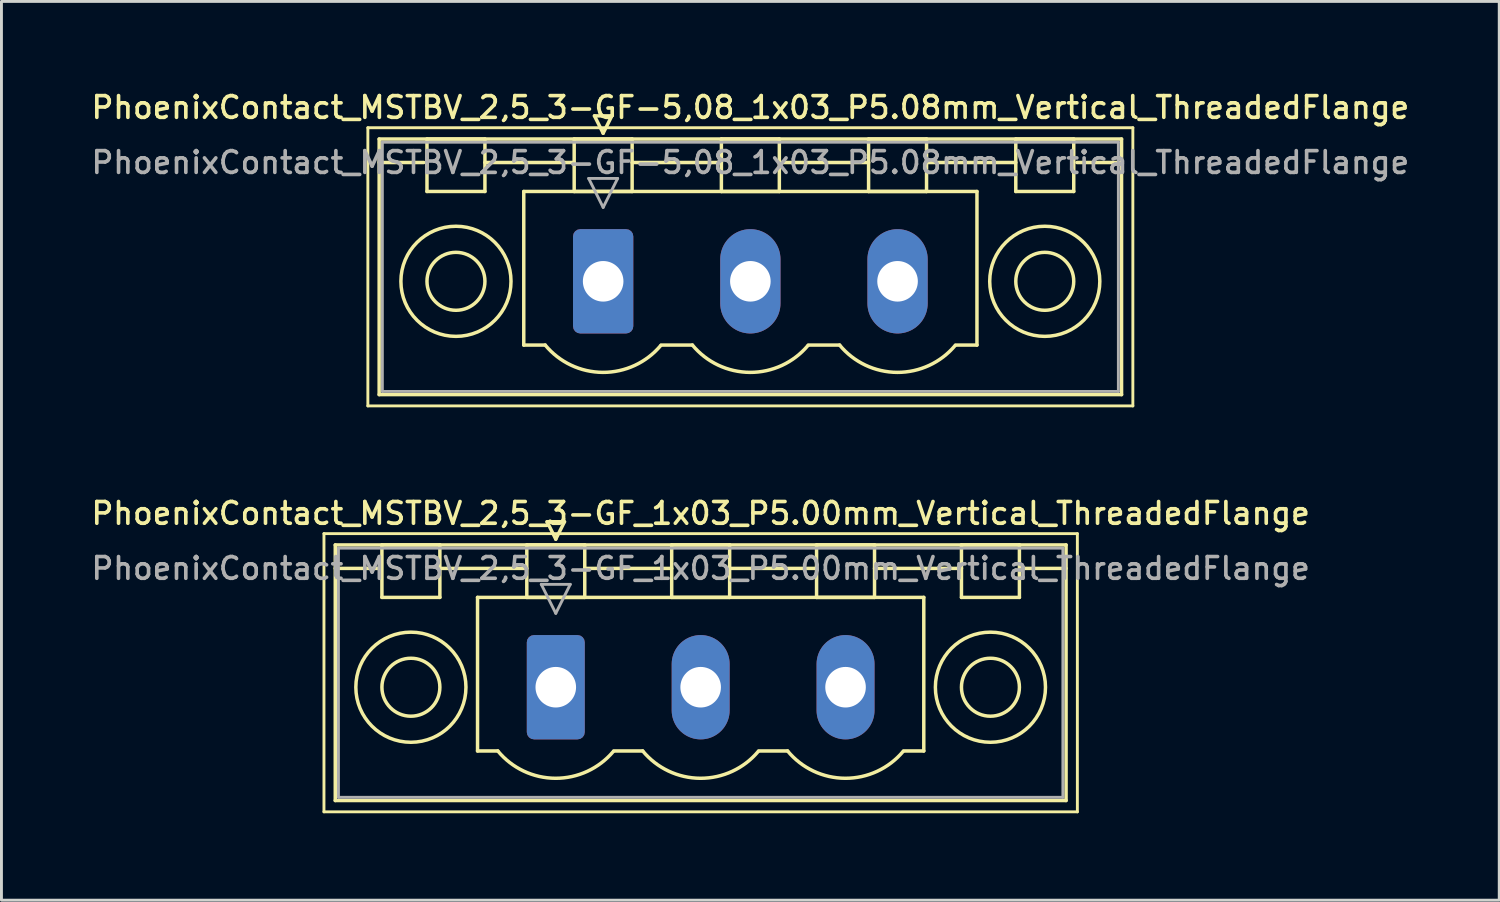
<source format=kicad_pcb>
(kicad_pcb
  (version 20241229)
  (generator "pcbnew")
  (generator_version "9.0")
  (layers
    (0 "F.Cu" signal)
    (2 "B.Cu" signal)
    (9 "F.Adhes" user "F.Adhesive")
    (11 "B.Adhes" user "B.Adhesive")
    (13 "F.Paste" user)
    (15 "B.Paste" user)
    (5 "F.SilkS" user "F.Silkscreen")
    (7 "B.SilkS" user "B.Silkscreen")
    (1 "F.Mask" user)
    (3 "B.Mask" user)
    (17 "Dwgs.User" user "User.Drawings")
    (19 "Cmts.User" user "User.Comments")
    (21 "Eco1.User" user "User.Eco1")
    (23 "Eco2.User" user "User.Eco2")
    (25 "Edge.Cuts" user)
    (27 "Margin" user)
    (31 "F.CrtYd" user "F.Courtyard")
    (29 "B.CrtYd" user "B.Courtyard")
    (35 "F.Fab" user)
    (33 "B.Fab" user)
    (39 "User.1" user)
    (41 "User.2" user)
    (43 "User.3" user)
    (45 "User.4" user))
  (footprint "PhoenixContact_MSTBV_2,5_3-GF_1x03_P5.00mm_Vertical_ThreadedFlange"
    (layer "F.Cu")
    (at 16.13 20.666)
    (property "Reference" "PhoenixContact_MSTBV_2,5_3-GF_1x03_P5.00mm_Vertical_ThreadedFlange" (at 5 -6 0) (layer "F.SilkS") (effects (font (size 0.75 0.75) (thickness 0.125))))
    (attr through_hole)
    (fp_line (start -8 -5.3) (end -8 4.3) (stroke (width 0.1) (type solid)) (layer "F.SilkS"))
    (fp_line (start -8 4.3) (end 18 4.3) (stroke (width 0.1) (type solid)) (layer "F.SilkS"))
    (fp_line (start -7.61 -4.91) (end -7.61 3.91) (stroke (width 0.12) (type solid)) (layer "F.SilkS"))
    (fp_line (start -7.61 -4.1) (end -6.11 -4.1) (stroke (width 0.12) (type solid)) (layer "F.SilkS"))
    (fp_line (start -7.61 3.91) (end 17.61 3.91) (stroke (width 0.12) (type solid)) (layer "F.SilkS"))
    (fp_line (start -6 -4.91) (end -4 -4.91) (stroke (width 0.12) (type solid)) (layer "F.SilkS"))
    (fp_line (start -6 -3.1) (end -6 -4.91) (stroke (width 0.12) (type solid)) (layer "F.SilkS"))
    (fp_line (start -4 -4.91) (end -4 -3.1) (stroke (width 0.12) (type solid)) (layer "F.SilkS"))
    (fp_line (start -4 -4.1) (end -1 -4.1) (stroke (width 0.12) (type solid)) (layer "F.SilkS"))
    (fp_line (start -4 -3.1) (end -6 -3.1) (stroke (width 0.12) (type solid)) (layer "F.SilkS"))
    (fp_line (start -2.7 -3.1) (end 12.7 -3.1) (stroke (width 0.12) (type solid)) (layer "F.SilkS"))
    (fp_line (start -2.7 2.2) (end -2.7 -3.1) (stroke (width 0.12) (type solid)) (layer "F.SilkS"))
    (fp_line (start -2 2.2) (end -2.7 2.2) (stroke (width 0.12) (type solid)) (layer "F.SilkS"))
    (fp_line (start -1 -4.91) (end 1 -4.91) (stroke (width 0.12) (type solid)) (layer "F.SilkS"))
    (fp_line (start -1 -3.1) (end -1 -4.91) (stroke (width 0.12) (type solid)) (layer "F.SilkS"))
    (fp_line (start -0.3 -5.71) (end 0.3 -5.71) (stroke (width 0.12) (type solid)) (layer "F.SilkS"))
    (fp_line (start 0 -5.11) (end -0.3 -5.71) (stroke (width 0.12) (type solid)) (layer "F.SilkS"))
    (fp_line (start 0.3 -5.71) (end 0 -5.11) (stroke (width 0.12) (type solid)) (layer "F.SilkS"))
    (fp_line (start 1 -4.91) (end 1 -3.1) (stroke (width 0.12) (type solid)) (layer "F.SilkS"))
    (fp_line (start 1 -4.1) (end 4 -4.1) (stroke (width 0.12) (type solid)) (layer "F.SilkS"))
    (fp_line (start 1 -3.1) (end -1 -3.1) (stroke (width 0.12) (type solid)) (layer "F.SilkS"))
    (fp_line (start 2 2.2) (end 3 2.2) (stroke (width 0.12) (type solid)) (layer "F.SilkS"))
    (fp_line (start 4 -4.91) (end 6 -4.91) (stroke (width 0.12) (type solid)) (layer "F.SilkS"))
    (fp_line (start 4 -3.1) (end 4 -4.91) (stroke (width 0.12) (type solid)) (layer "F.SilkS"))
    (fp_line (start 6 -4.91) (end 6 -3.1) (stroke (width 0.12) (type solid)) (layer "F.SilkS"))
    (fp_line (start 6 -4.1) (end 9 -4.1) (stroke (width 0.12) (type solid)) (layer "F.SilkS"))
    (fp_line (start 6 -3.1) (end 4 -3.1) (stroke (width 0.12) (type solid)) (layer "F.SilkS"))
    (fp_line (start 7 2.2) (end 8 2.2) (stroke (width 0.12) (type solid)) (layer "F.SilkS"))
    (fp_line (start 9 -4.91) (end 11 -4.91) (stroke (width 0.12) (type solid)) (layer "F.SilkS"))
    (fp_line (start 9 -3.1) (end 9 -4.91) (stroke (width 0.12) (type solid)) (layer "F.SilkS"))
    (fp_line (start 11 -4.91) (end 11 -3.1) (stroke (width 0.12) (type solid)) (layer "F.SilkS"))
    (fp_line (start 11 -4.1) (end 14 -4.1) (stroke (width 0.12) (type solid)) (layer "F.SilkS"))
    (fp_line (start 11 -3.1) (end 9 -3.1) (stroke (width 0.12) (type solid)) (layer "F.SilkS"))
    (fp_line (start 12.7 -3.1) (end 12.7 2.2) (stroke (width 0.12) (type solid)) (layer "F.SilkS"))
    (fp_line (start 12.7 2.2) (end 12 2.2) (stroke (width 0.12) (type solid)) (layer "F.SilkS"))
    (fp_line (start 14 -4.91) (end 16 -4.91) (stroke (width 0.12) (type solid)) (layer "F.SilkS"))
    (fp_line (start 14 -3.1) (end 14 -4.91) (stroke (width 0.12) (type solid)) (layer "F.SilkS"))
    (fp_line (start 16 -4.91) (end 16 -3.1) (stroke (width 0.12) (type solid)) (layer "F.SilkS"))
    (fp_line (start 16 -3.1) (end 14 -3.1) (stroke (width 0.12) (type solid)) (layer "F.SilkS"))
    (fp_line (start 17.61 -4.91) (end -7.61 -4.91) (stroke (width 0.12) (type solid)) (layer "F.SilkS"))
    (fp_line (start 17.61 -4.1) (end 16.11 -4.1) (stroke (width 0.12) (type solid)) (layer "F.SilkS"))
    (fp_line (start 17.61 3.91) (end 17.61 -4.91) (stroke (width 0.12) (type solid)) (layer "F.SilkS"))
    (fp_line (start 18 -5.3) (end -8 -5.3) (stroke (width 0.1) (type solid)) (layer "F.SilkS"))
    (fp_line (start 18 4.3) (end 18 -5.3) (stroke (width 0.1) (type solid)) (layer "F.SilkS"))
    (fp_arc (start 1.986842 2.215821) (mid -0.010289 3.142758) (end -2 2.2) (stroke (width 0.12) (type solid)) (layer "F.SilkS"))
    (fp_arc (start 6.986842 2.215821) (mid 4.989711 3.142758) (end 3 2.2) (stroke (width 0.12) (type solid)) (layer "F.SilkS"))
    (fp_arc (start 11.986842 2.215821) (mid 9.989711 3.142758) (end 8 2.2) (stroke (width 0.12) (type solid)) (layer "F.SilkS"))
    (fp_circle (center -5 0) (end -4 0) (stroke (width 0.12) (type solid)) (fill no) (layer "F.SilkS"))
    (fp_circle (center -5 0) (end -3.1 0) (stroke (width 0.12) (type solid)) (fill no) (layer "F.SilkS"))
    (fp_circle (center 15 0) (end 16 0) (stroke (width 0.12) (type solid)) (fill no) (layer "F.SilkS"))
    (fp_circle (center 15 0) (end 16.9 0) (stroke (width 0.12) (type solid)) (fill no) (layer "F.SilkS"))
    (fp_line (start -7.5 -4.8) (end -7.5 3.8) (stroke (width 0.1) (type solid)) (layer "F.Fab"))
    (fp_line (start -7.5 3.8) (end 17.5 3.8) (stroke (width 0.1) (type solid)) (layer "F.Fab"))
    (fp_line (start -0.5 -3.55) (end 0.5 -3.55) (stroke (width 0.1) (type solid)) (layer "F.Fab"))
    (fp_line (start 0 -2.55) (end -0.5 -3.55) (stroke (width 0.1) (type solid)) (layer "F.Fab"))
    (fp_line (start 0.5 -3.55) (end 0 -2.55) (stroke (width 0.1) (type solid)) (layer "F.Fab"))
    (fp_line (start 17.5 -4.8) (end -7.5 -4.8) (stroke (width 0.1) (type solid)) (layer "F.Fab"))
    (fp_line (start 17.5 3.8) (end 17.5 -4.8) (stroke (width 0.1) (type solid)) (layer "F.Fab"))
    (fp_text user "${REFERENCE}" (at 5 -4.1 0) (layer "F.Fab") (effects (font (size 0.75 0.75) (thickness 0.125))))
    (pad "1" thru_hole roundrect (at 0 0) (size 2 3.6) (drill 1.4) (layers "*.Cu" "*.Mask") (roundrect_rratio 0.125))
    (pad "2" thru_hole oval (at 5 0) (size 2 3.6) (drill 1.4) (layers "*.Cu" "*.Mask"))
    (pad "3" thru_hole oval (at 10 0) (size 2 3.6) (drill 1.4) (layers "*.Cu" "*.Mask")))
  (footprint "PhoenixContact_MSTBV_2,5_3-GF-5,08_1x03_P5.08mm_Vertical_ThreadedFlange"
    (layer "F.Cu")
    (at 17.765 6.658)
    (property "Reference" "PhoenixContact_MSTBV_2,5_3-GF-5,08_1x03_P5.08mm_Vertical_ThreadedFlange" (at 5.08 -6 0) (layer "F.SilkS") (effects (font (size 0.75 0.75) (thickness 0.125))))
    (attr through_hole)
    (fp_line (start -8.12 -5.3) (end -8.12 4.3) (stroke (width 0.1) (type solid)) (layer "F.SilkS"))
    (fp_line (start -8.12 4.3) (end 18.28 4.3) (stroke (width 0.1) (type solid)) (layer "F.SilkS"))
    (fp_line (start -7.73 -4.91) (end -7.73 3.91) (stroke (width 0.12) (type solid)) (layer "F.SilkS"))
    (fp_line (start -7.73 -4.1) (end -6.19 -4.1) (stroke (width 0.12) (type solid)) (layer "F.SilkS"))
    (fp_line (start -7.73 3.91) (end 17.89 3.91) (stroke (width 0.12) (type solid)) (layer "F.SilkS"))
    (fp_line (start -6.08 -4.91) (end -4.08 -4.91) (stroke (width 0.12) (type solid)) (layer "F.SilkS"))
    (fp_line (start -6.08 -3.1) (end -6.08 -4.91) (stroke (width 0.12) (type solid)) (layer "F.SilkS"))
    (fp_line (start -4.08 -4.91) (end -4.08 -3.1) (stroke (width 0.12) (type solid)) (layer "F.SilkS"))
    (fp_line (start -4.08 -4.1) (end -1 -4.1) (stroke (width 0.12) (type solid)) (layer "F.SilkS"))
    (fp_line (start -4.08 -3.1) (end -6.08 -3.1) (stroke (width 0.12) (type solid)) (layer "F.SilkS"))
    (fp_line (start -2.74 -3.1) (end 12.9 -3.1) (stroke (width 0.12) (type solid)) (layer "F.SilkS"))
    (fp_line (start -2.74 2.2) (end -2.74 -3.1) (stroke (width 0.12) (type solid)) (layer "F.SilkS"))
    (fp_line (start -2 2.2) (end -2.74 2.2) (stroke (width 0.12) (type solid)) (layer "F.SilkS"))
    (fp_line (start -1 -4.91) (end 1 -4.91) (stroke (width 0.12) (type solid)) (layer "F.SilkS"))
    (fp_line (start -1 -3.1) (end -1 -4.91) (stroke (width 0.12) (type solid)) (layer "F.SilkS"))
    (fp_line (start -0.3 -5.71) (end 0.3 -5.71) (stroke (width 0.12) (type solid)) (layer "F.SilkS"))
    (fp_line (start 0 -5.11) (end -0.3 -5.71) (stroke (width 0.12) (type solid)) (layer "F.SilkS"))
    (fp_line (start 0.3 -5.71) (end 0 -5.11) (stroke (width 0.12) (type solid)) (layer "F.SilkS"))
    (fp_line (start 1 -4.91) (end 1 -3.1) (stroke (width 0.12) (type solid)) (layer "F.SilkS"))
    (fp_line (start 1 -4.1) (end 4.08 -4.1) (stroke (width 0.12) (type solid)) (layer "F.SilkS"))
    (fp_line (start 1 -3.1) (end -1 -3.1) (stroke (width 0.12) (type solid)) (layer "F.SilkS"))
    (fp_line (start 2 2.2) (end 3.08 2.2) (stroke (width 0.12) (type solid)) (layer "F.SilkS"))
    (fp_line (start 4.08 -4.91) (end 6.08 -4.91) (stroke (width 0.12) (type solid)) (layer "F.SilkS"))
    (fp_line (start 4.08 -3.1) (end 4.08 -4.91) (stroke (width 0.12) (type solid)) (layer "F.SilkS"))
    (fp_line (start 6.08 -4.91) (end 6.08 -3.1) (stroke (width 0.12) (type solid)) (layer "F.SilkS"))
    (fp_line (start 6.08 -4.1) (end 9.16 -4.1) (stroke (width 0.12) (type solid)) (layer "F.SilkS"))
    (fp_line (start 6.08 -3.1) (end 4.08 -3.1) (stroke (width 0.12) (type solid)) (layer "F.SilkS"))
    (fp_line (start 7.08 2.2) (end 8.16 2.2) (stroke (width 0.12) (type solid)) (layer "F.SilkS"))
    (fp_line (start 9.16 -4.91) (end 11.16 -4.91) (stroke (width 0.12) (type solid)) (layer "F.SilkS"))
    (fp_line (start 9.16 -3.1) (end 9.16 -4.91) (stroke (width 0.12) (type solid)) (layer "F.SilkS"))
    (fp_line (start 11.16 -4.91) (end 11.16 -3.1) (stroke (width 0.12) (type solid)) (layer "F.SilkS"))
    (fp_line (start 11.16 -4.1) (end 14.24 -4.1) (stroke (width 0.12) (type solid)) (layer "F.SilkS"))
    (fp_line (start 11.16 -3.1) (end 9.16 -3.1) (stroke (width 0.12) (type solid)) (layer "F.SilkS"))
    (fp_line (start 12.9 -3.1) (end 12.9 2.2) (stroke (width 0.12) (type solid)) (layer "F.SilkS"))
    (fp_line (start 12.9 2.2) (end 12.16 2.2) (stroke (width 0.12) (type solid)) (layer "F.SilkS"))
    (fp_line (start 14.24 -4.91) (end 16.24 -4.91) (stroke (width 0.12) (type solid)) (layer "F.SilkS"))
    (fp_line (start 14.24 -3.1) (end 14.24 -4.91) (stroke (width 0.12) (type solid)) (layer "F.SilkS"))
    (fp_line (start 16.24 -4.91) (end 16.24 -3.1) (stroke (width 0.12) (type solid)) (layer "F.SilkS"))
    (fp_line (start 16.24 -3.1) (end 14.24 -3.1) (stroke (width 0.12) (type solid)) (layer "F.SilkS"))
    (fp_line (start 17.89 -4.91) (end -7.73 -4.91) (stroke (width 0.12) (type solid)) (layer "F.SilkS"))
    (fp_line (start 17.89 -4.1) (end 16.35 -4.1) (stroke (width 0.12) (type solid)) (layer "F.SilkS"))
    (fp_line (start 17.89 3.91) (end 17.89 -4.91) (stroke (width 0.12) (type solid)) (layer "F.SilkS"))
    (fp_line (start 18.28 -5.3) (end -8.12 -5.3) (stroke (width 0.1) (type solid)) (layer "F.SilkS"))
    (fp_line (start 18.28 4.3) (end 18.28 -5.3) (stroke (width 0.1) (type solid)) (layer "F.SilkS"))
    (fp_arc (start 1.986842 2.215821) (mid -0.010289 3.142758) (end -2 2.2) (stroke (width 0.12) (type solid)) (layer "F.SilkS"))
    (fp_arc (start 7.066842 2.215821) (mid 5.069711 3.142758) (end 3.08 2.2) (stroke (width 0.12) (type solid)) (layer "F.SilkS"))
    (fp_arc (start 12.146842 2.215821) (mid 10.149711 3.142758) (end 8.16 2.2) (stroke (width 0.12) (type solid)) (layer "F.SilkS"))
    (fp_circle (center -5.08 0) (end -4.08 0) (stroke (width 0.12) (type solid)) (fill no) (layer "F.SilkS"))
    (fp_circle (center -5.08 0) (end -3.18 0) (stroke (width 0.12) (type solid)) (fill no) (layer "F.SilkS"))
    (fp_circle (center 15.24 0) (end 16.24 0) (stroke (width 0.12) (type solid)) (fill no) (layer "F.SilkS"))
    (fp_circle (center 15.24 0) (end 17.14 0) (stroke (width 0.12) (type solid)) (fill no) (layer "F.SilkS"))
    (fp_line (start -7.62 -4.8) (end -7.62 3.8) (stroke (width 0.1) (type solid)) (layer "F.Fab"))
    (fp_line (start -7.62 3.8) (end 17.78 3.8) (stroke (width 0.1) (type solid)) (layer "F.Fab"))
    (fp_line (start -0.5 -3.55) (end 0.5 -3.55) (stroke (width 0.1) (type solid)) (layer "F.Fab"))
    (fp_line (start 0 -2.55) (end -0.5 -3.55) (stroke (width 0.1) (type solid)) (layer "F.Fab"))
    (fp_line (start 0.5 -3.55) (end 0 -2.55) (stroke (width 0.1) (type solid)) (layer "F.Fab"))
    (fp_line (start 17.78 -4.8) (end -7.62 -4.8) (stroke (width 0.1) (type solid)) (layer "F.Fab"))
    (fp_line (start 17.78 3.8) (end 17.78 -4.8) (stroke (width 0.1) (type solid)) (layer "F.Fab"))
    (fp_text user "${REFERENCE}" (at 5.08 -4.1 0) (layer "F.Fab") (effects (font (size 0.75 0.75) (thickness 0.125))))
    (pad "1" thru_hole roundrect (at 0 0) (size 2.08 3.6) (drill 1.4) (layers "*.Cu" "*.Mask") (roundrect_rratio 0.12))
    (pad "2" thru_hole oval (at 5.08 0) (size 2.08 3.6) (drill 1.4) (layers "*.Cu" "*.Mask"))
    (pad "3" thru_hole oval (at 10.16 0) (size 2.08 3.6) (drill 1.4) (layers "*.Cu" "*.Mask")))
  (gr_rect
    (start -3 -3)
    (end 48.689 28.016)
    (stroke (width 0.1) (type default))
    (fill no)
    (layer "Edge.Cuts")))
</source>
